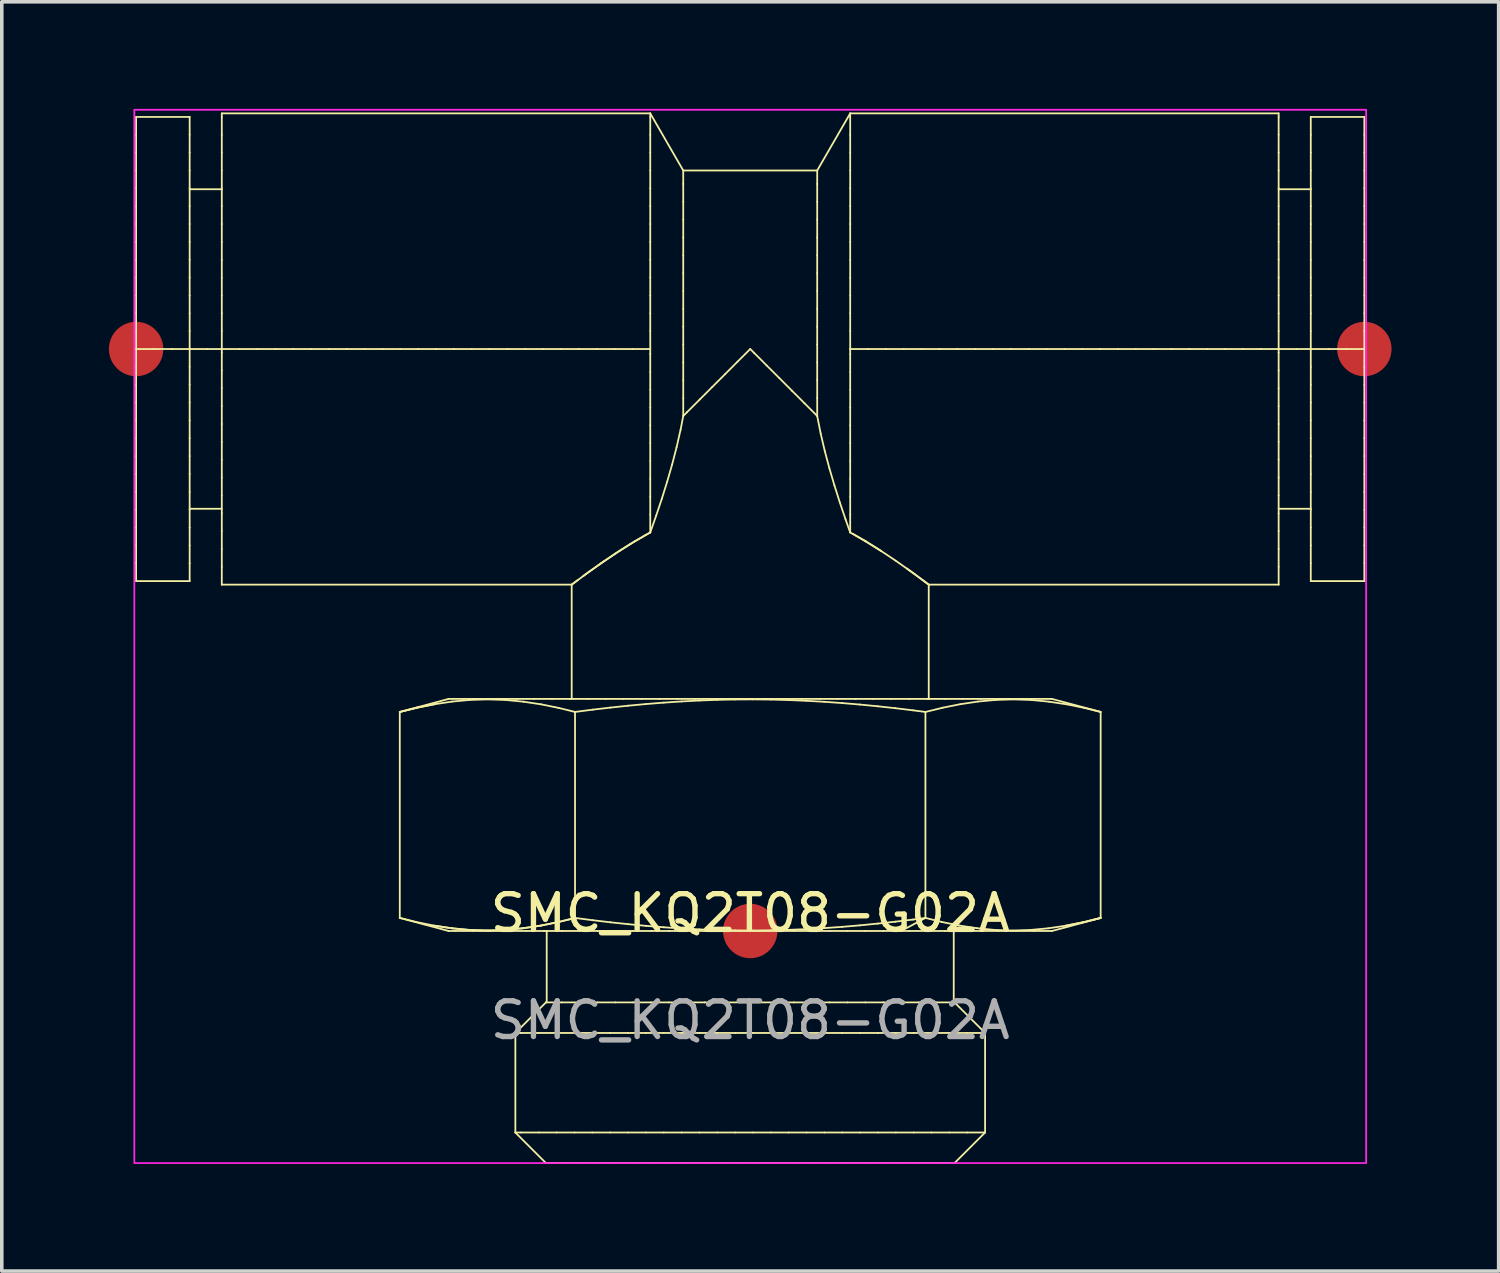
<source format=kicad_pcb>
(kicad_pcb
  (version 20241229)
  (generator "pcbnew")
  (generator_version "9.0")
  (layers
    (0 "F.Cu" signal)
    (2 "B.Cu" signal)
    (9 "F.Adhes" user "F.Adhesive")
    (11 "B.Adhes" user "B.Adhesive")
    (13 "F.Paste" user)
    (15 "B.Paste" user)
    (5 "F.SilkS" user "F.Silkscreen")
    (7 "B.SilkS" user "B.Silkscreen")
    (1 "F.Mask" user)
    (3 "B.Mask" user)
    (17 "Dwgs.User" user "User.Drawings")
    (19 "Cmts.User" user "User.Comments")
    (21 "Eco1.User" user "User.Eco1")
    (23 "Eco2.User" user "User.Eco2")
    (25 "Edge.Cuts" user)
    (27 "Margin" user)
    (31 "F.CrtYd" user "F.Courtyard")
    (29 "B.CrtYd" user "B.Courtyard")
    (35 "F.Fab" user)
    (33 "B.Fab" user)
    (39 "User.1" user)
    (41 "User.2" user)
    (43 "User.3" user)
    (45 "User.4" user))
  (footprint "SMC_KQ2T08-G02A"
    (layer "F.Cu")
    (at 17.962 23.025)
    (property "Reference" "SMC_KQ2T08-G02A" (at 0 -0.5 0) (unlocked yes) (layer "F.SilkS") (effects (font (size 1 1) (thickness 0.15))))
    (fp_line (start -17.2 -22.8) (end -15.7 -22.8) (stroke (width 0.05) (type solid)) (layer "F.SilkS"))
    (fp_line (start -17.2 -22.3) (end -17.2 -22.8) (stroke (width 0.05) (type solid)) (layer "F.SilkS"))
    (fp_line (start -17.2 -21.8) (end -17.2 -22.3) (stroke (width 0.05) (type solid)) (layer "F.SilkS"))
    (fp_line (start -17.2 -21.3) (end -17.2 -21.8) (stroke (width 0.05) (type solid)) (layer "F.SilkS"))
    (fp_line (start -17.2 -20.8) (end -17.2 -21.3) (stroke (width 0.05) (type solid)) (layer "F.SilkS"))
    (fp_line (start -17.2 -20.3) (end -17.2 -20.8) (stroke (width 0.05) (type solid)) (layer "F.SilkS"))
    (fp_line (start -17.2 -19.8) (end -17.2 -20.3) (stroke (width 0.05) (type solid)) (layer "F.SilkS"))
    (fp_line (start -17.2 -19.3) (end -17.2 -19.8) (stroke (width 0.05) (type solid)) (layer "F.SilkS"))
    (fp_line (start -17.2 -18.8) (end -17.2 -19.3) (stroke (width 0.05) (type solid)) (layer "F.SilkS"))
    (fp_line (start -17.2 -18.3) (end -17.2 -18.8) (stroke (width 0.05) (type solid)) (layer "F.SilkS"))
    (fp_line (start -17.2 -17.8) (end -17.2 -18.3) (stroke (width 0.05) (type solid)) (layer "F.SilkS"))
    (fp_line (start -17.2 -17.3) (end -17.2 -17.8) (stroke (width 0.05) (type solid)) (layer "F.SilkS"))
    (fp_line (start -17.2 -16.8) (end -17.2 -17.3) (stroke (width 0.05) (type solid)) (layer "F.SilkS"))
    (fp_line (start -17.2 -16.3) (end -17.2 -16.8) (stroke (width 0.05) (type solid)) (layer "F.SilkS"))
    (fp_line (start -17.2 -16.3) (end -16.7 -16.3) (stroke (width 0.05) (type solid)) (layer "F.SilkS"))
    (fp_line (start -17.2 -15.8) (end -17.2 -16.3) (stroke (width 0.05) (type solid)) (layer "F.SilkS"))
    (fp_line (start -17.2 -15.3) (end -17.2 -15.8) (stroke (width 0.05) (type solid)) (layer "F.SilkS"))
    (fp_line (start -17.2 -14.8) (end -17.2 -15.3) (stroke (width 0.05) (type solid)) (layer "F.SilkS"))
    (fp_line (start -17.2 -14.3) (end -17.2 -14.8) (stroke (width 0.05) (type solid)) (layer "F.SilkS"))
    (fp_line (start -17.2 -13.8) (end -17.2 -14.3) (stroke (width 0.05) (type solid)) (layer "F.SilkS"))
    (fp_line (start -17.2 -13.3) (end -17.2 -13.8) (stroke (width 0.05) (type solid)) (layer "F.SilkS"))
    (fp_line (start -17.2 -12.8) (end -17.2 -13.3) (stroke (width 0.05) (type solid)) (layer "F.SilkS"))
    (fp_line (start -17.2 -12.3) (end -17.2 -12.8) (stroke (width 0.05) (type solid)) (layer "F.SilkS"))
    (fp_line (start -17.2 -11.8) (end -17.2 -12.3) (stroke (width 0.05) (type solid)) (layer "F.SilkS"))
    (fp_line (start -17.2 -11.3) (end -17.2 -11.8) (stroke (width 0.05) (type solid)) (layer "F.SilkS"))
    (fp_line (start -17.2 -10.8) (end -17.2 -11.3) (stroke (width 0.05) (type solid)) (layer "F.SilkS"))
    (fp_line (start -17.2 -10.3) (end -17.2 -10.8) (stroke (width 0.05) (type solid)) (layer "F.SilkS"))
    (fp_line (start -17.2 -9.8) (end -17.2 -10.3) (stroke (width 0.05) (type solid)) (layer "F.SilkS"))
    (fp_line (start -17.2 -9.8) (end -15.7 -9.8) (stroke (width 0.05) (type solid)) (layer "F.SilkS"))
    (fp_line (start -16.7 -16.3) (end -16.2 -16.3) (stroke (width 0.05) (type solid)) (layer "F.SilkS"))
    (fp_line (start -16.2 -16.3) (end -15.7 -16.3) (stroke (width 0.05) (type solid)) (layer "F.SilkS"))
    (fp_line (start -15.7 -22.3) (end -15.7 -22.8) (stroke (width 0.05) (type solid)) (layer "F.SilkS"))
    (fp_line (start -15.7 -21.8) (end -15.7 -22.3) (stroke (width 0.05) (type solid)) (layer "F.SilkS"))
    (fp_line (start -15.7 -21.3) (end -15.7 -21.8) (stroke (width 0.05) (type solid)) (layer "F.SilkS"))
    (fp_line (start -15.7 -20.8) (end -15.7 -21.3) (stroke (width 0.05) (type solid)) (layer "F.SilkS"))
    (fp_line (start -15.7 -20.775) (end -14.8 -20.775) (stroke (width 0.05) (type solid)) (layer "F.SilkS"))
    (fp_line (start -15.7 -20.3) (end -15.7 -20.8) (stroke (width 0.05) (type solid)) (layer "F.SilkS"))
    (fp_line (start -15.7 -19.8) (end -15.7 -20.3) (stroke (width 0.05) (type solid)) (layer "F.SilkS"))
    (fp_line (start -15.7 -19.3) (end -15.7 -19.8) (stroke (width 0.05) (type solid)) (layer "F.SilkS"))
    (fp_line (start -15.7 -18.8) (end -15.7 -19.3) (stroke (width 0.05) (type solid)) (layer "F.SilkS"))
    (fp_line (start -15.7 -18.3) (end -15.7 -18.8) (stroke (width 0.05) (type solid)) (layer "F.SilkS"))
    (fp_line (start -15.7 -17.8) (end -15.7 -18.3) (stroke (width 0.05) (type solid)) (layer "F.SilkS"))
    (fp_line (start -15.7 -17.3) (end -15.7 -17.8) (stroke (width 0.05) (type solid)) (layer "F.SilkS"))
    (fp_line (start -15.7 -16.8) (end -15.7 -17.3) (stroke (width 0.05) (type solid)) (layer "F.SilkS"))
    (fp_line (start -15.7 -16.3) (end -15.7 -16.8) (stroke (width 0.05) (type solid)) (layer "F.SilkS"))
    (fp_line (start -15.7 -16.3) (end -15.2 -16.3) (stroke (width 0.05) (type solid)) (layer "F.SilkS"))
    (fp_line (start -15.7 -15.8) (end -15.7 -16.3) (stroke (width 0.05) (type solid)) (layer "F.SilkS"))
    (fp_line (start -15.7 -15.3) (end -15.7 -15.8) (stroke (width 0.05) (type solid)) (layer "F.SilkS"))
    (fp_line (start -15.7 -14.8) (end -15.7 -15.3) (stroke (width 0.05) (type solid)) (layer "F.SilkS"))
    (fp_line (start -15.7 -14.3) (end -15.7 -14.8) (stroke (width 0.05) (type solid)) (layer "F.SilkS"))
    (fp_line (start -15.7 -13.8) (end -15.7 -14.3) (stroke (width 0.05) (type solid)) (layer "F.SilkS"))
    (fp_line (start -15.7 -13.3) (end -15.7 -13.8) (stroke (width 0.05) (type solid)) (layer "F.SilkS"))
    (fp_line (start -15.7 -12.8) (end -15.7 -13.3) (stroke (width 0.05) (type solid)) (layer "F.SilkS"))
    (fp_line (start -15.7 -12.3) (end -15.7 -12.8) (stroke (width 0.05) (type solid)) (layer "F.SilkS"))
    (fp_line (start -15.7 -11.825) (end -14.8 -11.825) (stroke (width 0.05) (type solid)) (layer "F.SilkS"))
    (fp_line (start -15.7 -11.8) (end -15.7 -12.3) (stroke (width 0.05) (type solid)) (layer "F.SilkS"))
    (fp_line (start -15.7 -11.3) (end -15.7 -11.8) (stroke (width 0.05) (type solid)) (layer "F.SilkS"))
    (fp_line (start -15.7 -10.8) (end -15.7 -11.3) (stroke (width 0.05) (type solid)) (layer "F.SilkS"))
    (fp_line (start -15.7 -10.3) (end -15.7 -10.8) (stroke (width 0.05) (type solid)) (layer "F.SilkS"))
    (fp_line (start -15.7 -9.8) (end -15.7 -10.3) (stroke (width 0.05) (type solid)) (layer "F.SilkS"))
    (fp_line (start -15.2 -16.3) (end -14.8 -16.3) (stroke (width 0.05) (type solid)) (layer "F.SilkS"))
    (fp_line (start -14.8 -22.9) (end -2.8 -22.9) (stroke (width 0.05) (type solid)) (layer "F.SilkS"))
    (fp_line (start -14.8 -22.8) (end -14.8 -22.9) (stroke (width 0.05) (type solid)) (layer "F.SilkS"))
    (fp_line (start -14.8 -22.3) (end -14.8 -22.8) (stroke (width 0.05) (type solid)) (layer "F.SilkS"))
    (fp_line (start -14.8 -21.8) (end -14.8 -22.3) (stroke (width 0.05) (type solid)) (layer "F.SilkS"))
    (fp_line (start -14.8 -21.3) (end -14.8 -21.8) (stroke (width 0.05) (type solid)) (layer "F.SilkS"))
    (fp_line (start -14.8 -20.8) (end -14.8 -21.3) (stroke (width 0.05) (type solid)) (layer "F.SilkS"))
    (fp_line (start -14.8 -20.3) (end -14.8 -20.8) (stroke (width 0.05) (type solid)) (layer "F.SilkS"))
    (fp_line (start -14.8 -19.8) (end -14.8 -20.3) (stroke (width 0.05) (type solid)) (layer "F.SilkS"))
    (fp_line (start -14.8 -19.3) (end -14.8 -19.8) (stroke (width 0.05) (type solid)) (layer "F.SilkS"))
    (fp_line (start -14.8 -18.8) (end -14.8 -19.3) (stroke (width 0.05) (type solid)) (layer "F.SilkS"))
    (fp_line (start -14.8 -18.3) (end -14.8 -18.8) (stroke (width 0.05) (type solid)) (layer "F.SilkS"))
    (fp_line (start -14.8 -17.8) (end -14.8 -18.3) (stroke (width 0.05) (type solid)) (layer "F.SilkS"))
    (fp_line (start -14.8 -17.3) (end -14.8 -17.8) (stroke (width 0.05) (type solid)) (layer "F.SilkS"))
    (fp_line (start -14.8 -16.8) (end -14.8 -17.3) (stroke (width 0.05) (type solid)) (layer "F.SilkS"))
    (fp_line (start -14.8 -16.3) (end -14.8 -16.8) (stroke (width 0.05) (type solid)) (layer "F.SilkS"))
    (fp_line (start -14.8 -16.3) (end -14.3 -16.3) (stroke (width 0.05) (type solid)) (layer "F.SilkS"))
    (fp_line (start -14.8 -16.2) (end -14.8 -16.3) (stroke (width 0.05) (type solid)) (layer "F.SilkS"))
    (fp_line (start -14.8 -15.7) (end -14.8 -16.2) (stroke (width 0.05) (type solid)) (layer "F.SilkS"))
    (fp_line (start -14.8 -15.2) (end -14.8 -15.7) (stroke (width 0.05) (type solid)) (layer "F.SilkS"))
    (fp_line (start -14.8 -14.7) (end -14.8 -15.2) (stroke (width 0.05) (type solid)) (layer "F.SilkS"))
    (fp_line (start -14.8 -14.2) (end -14.8 -14.7) (stroke (width 0.05) (type solid)) (layer "F.SilkS"))
    (fp_line (start -14.8 -13.7) (end -14.8 -14.2) (stroke (width 0.05) (type solid)) (layer "F.SilkS"))
    (fp_line (start -14.8 -13.2) (end -14.8 -13.7) (stroke (width 0.05) (type solid)) (layer "F.SilkS"))
    (fp_line (start -14.8 -12.7) (end -14.8 -13.2) (stroke (width 0.05) (type solid)) (layer "F.SilkS"))
    (fp_line (start -14.8 -12.2) (end -14.8 -12.7) (stroke (width 0.05) (type solid)) (layer "F.SilkS"))
    (fp_line (start -14.8 -11.7) (end -14.8 -12.2) (stroke (width 0.05) (type solid)) (layer "F.SilkS"))
    (fp_line (start -14.8 -11.2) (end -14.8 -11.7) (stroke (width 0.05) (type solid)) (layer "F.SilkS"))
    (fp_line (start -14.8 -10.7) (end -14.8 -11.2) (stroke (width 0.05) (type solid)) (layer "F.SilkS"))
    (fp_line (start -14.8 -10.2) (end -14.8 -10.7) (stroke (width 0.05) (type solid)) (layer "F.SilkS"))
    (fp_line (start -14.8 -9.7) (end -14.8 -10.2) (stroke (width 0.05) (type solid)) (layer "F.SilkS"))
    (fp_line (start -14.8 -9.7) (end -5 -9.7) (stroke (width 0.05) (type solid)) (layer "F.SilkS"))
    (fp_line (start -14.3 -16.3) (end -13.8 -16.3) (stroke (width 0.05) (type solid)) (layer "F.SilkS"))
    (fp_line (start -13.8 -16.3) (end -13.3 -16.3) (stroke (width 0.05) (type solid)) (layer "F.SilkS"))
    (fp_line (start -13.3 -16.3) (end -12.8 -16.3) (stroke (width 0.05) (type solid)) (layer "F.SilkS"))
    (fp_line (start -12.8 -16.3) (end -12.3 -16.3) (stroke (width 0.05) (type solid)) (layer "F.SilkS"))
    (fp_line (start -12.3 -16.3) (end -11.8 -16.3) (stroke (width 0.05) (type solid)) (layer "F.SilkS"))
    (fp_line (start -11.8 -16.3) (end -11.3 -16.3) (stroke (width 0.05) (type solid)) (layer "F.SilkS"))
    (fp_line (start -11.3 -16.3) (end -10.8 -16.3) (stroke (width 0.05) (type solid)) (layer "F.SilkS"))
    (fp_line (start -10.8 -16.3) (end -10.3 -16.3) (stroke (width 0.05) (type solid)) (layer "F.SilkS"))
    (fp_line (start -10.3 -16.3) (end -9.8 -16.3) (stroke (width 0.05) (type solid)) (layer "F.SilkS"))
    (fp_line (start -9.815 -6.135) (end -9.815 -0.366) (stroke (width 0.05) (type solid)) (layer "F.SilkS"))
    (fp_line (start -9.815 -6.135) (end -9.33 -6.254) (stroke (width 0.05) (type solid)) (layer "F.SilkS"))
    (fp_line (start -9.809 -6.136) (end -9.815 -6.135) (stroke (width 0.05) (type solid)) (layer "F.SilkS"))
    (fp_line (start -9.8 -16.3) (end -9.3 -16.3) (stroke (width 0.05) (type solid)) (layer "F.SilkS"))
    (fp_line (start -9.357 -0.252) (end -9.815 -0.366) (stroke (width 0.05) (type solid)) (layer "F.SilkS"))
    (fp_line (start -9.33 -6.254) (end -8.839 -6.352) (stroke (width 0.05) (type solid)) (layer "F.SilkS"))
    (fp_line (start -9.324 -6.256) (end -9.809 -6.136) (stroke (width 0.05) (type solid)) (layer "F.SilkS"))
    (fp_line (start -9.3 -16.3) (end -8.8 -16.3) (stroke (width 0.05) (type solid)) (layer "F.SilkS"))
    (fp_line (start -8.867 -0.153) (end -9.357 -0.252) (stroke (width 0.05) (type solid)) (layer "F.SilkS"))
    (fp_line (start -8.839 -6.352) (end -8.345 -6.426) (stroke (width 0.05) (type solid)) (layer "F.SilkS"))
    (fp_line (start -8.833 -6.353) (end -9.324 -6.256) (stroke (width 0.05) (type solid)) (layer "F.SilkS"))
    (fp_line (start -8.833 -0.147) (end -8.339 -0.074) (stroke (width 0.05) (type solid)) (layer "F.SilkS"))
    (fp_line (start -8.8 -16.3) (end -8.3 -16.3) (stroke (width 0.05) (type solid)) (layer "F.SilkS"))
    (fp_line (start -8.45 -6.5) (end -9.815 -6.135) (stroke (width 0.05) (type solid)) (layer "F.SilkS"))
    (fp_line (start -8.45 0) (end -9.815 -0.366) (stroke (width 0.05) (type solid)) (layer "F.SilkS"))
    (fp_line (start -8.372 -0.078) (end -8.867 -0.153) (stroke (width 0.05) (type solid)) (layer "F.SilkS"))
    (fp_line (start -8.345 -6.426) (end -7.847 -6.472) (stroke (width 0.05) (type solid)) (layer "F.SilkS"))
    (fp_line (start -8.339 -0.074) (end -7.841 -0.028) (stroke (width 0.05) (type solid)) (layer "F.SilkS"))
    (fp_line (start -8.3 -16.3) (end -7.8 -16.3) (stroke (width 0.05) (type solid)) (layer "F.SilkS"))
    (fp_line (start -8.275 0) (end -8.45 0) (stroke (width 0.05) (type solid)) (layer "F.SilkS"))
    (fp_line (start -8.05 -6.5) (end -8.45 -6.5) (stroke (width 0.05) (type solid)) (layer "F.SilkS"))
    (fp_line (start -7.875 -0.03) (end -8.372 -0.078) (stroke (width 0.05) (type solid)) (layer "F.SilkS"))
    (fp_line (start -7.847 -6.472) (end -7.347 -6.487) (stroke (width 0.05) (type solid)) (layer "F.SilkS"))
    (fp_line (start -7.841 -0.028) (end -7.341 -0.013) (stroke (width 0.05) (type solid)) (layer "F.SilkS"))
    (fp_line (start -7.8 -16.3) (end -7.3 -16.3) (stroke (width 0.05) (type solid)) (layer "F.SilkS"))
    (fp_line (start -7.775 0) (end -8.275 0) (stroke (width 0.05) (type solid)) (layer "F.SilkS"))
    (fp_line (start -7.55 -6.5) (end -8.05 -6.5) (stroke (width 0.05) (type solid)) (layer "F.SilkS"))
    (fp_line (start -7.375 -0.013) (end -7.875 -0.03) (stroke (width 0.05) (type solid)) (layer "F.SilkS"))
    (fp_line (start -7.347 -6.487) (end -6.848 -6.47) (stroke (width 0.05) (type solid)) (layer "F.SilkS"))
    (fp_line (start -7.341 -0.013) (end -6.842 -0.031) (stroke (width 0.05) (type solid)) (layer "F.SilkS"))
    (fp_line (start -7.3 -16.3) (end -6.8 -16.3) (stroke (width 0.05) (type solid)) (layer "F.SilkS"))
    (fp_line (start -7.275 0) (end -7.775 0) (stroke (width 0.05) (type solid)) (layer "F.SilkS"))
    (fp_line (start -7.05 -6.5) (end -7.55 -6.5) (stroke (width 0.05) (type solid)) (layer "F.SilkS"))
    (fp_line (start -6.875 -0.029) (end -7.375 -0.013) (stroke (width 0.05) (type solid)) (layer "F.SilkS"))
    (fp_line (start -6.848 -6.47) (end -6.35 -6.422) (stroke (width 0.05) (type solid)) (layer "F.SilkS"))
    (fp_line (start -6.842 -0.031) (end -6.344 -0.079) (stroke (width 0.05) (type solid)) (layer "F.SilkS"))
    (fp_line (start -6.8 -16.3) (end -6.3 -16.3) (stroke (width 0.05) (type solid)) (layer "F.SilkS"))
    (fp_line (start -6.775 0) (end -7.275 0) (stroke (width 0.05) (type solid)) (layer "F.SilkS"))
    (fp_line (start -6.578 5.644) (end -6.578 2.856) (stroke (width 0.05) (type solid)) (layer "F.SilkS"))
    (fp_line (start -6.55 -6.5) (end -7.05 -6.5) (stroke (width 0.05) (type solid)) (layer "F.SilkS"))
    (fp_line (start -6.422 2.856) (end -6.578 2.856) (stroke (width 0.05) (type solid)) (layer "F.SilkS"))
    (fp_line (start -6.422 5.644) (end -6.578 5.644) (stroke (width 0.05) (type solid)) (layer "F.SilkS"))
    (fp_line (start -6.378 -0.075) (end -6.875 -0.029) (stroke (width 0.05) (type solid)) (layer "F.SilkS"))
    (fp_line (start -6.35 -6.422) (end -5.856 -6.348) (stroke (width 0.05) (type solid)) (layer "F.SilkS"))
    (fp_line (start -6.344 -0.079) (end -5.85 -0.154) (stroke (width 0.05) (type solid)) (layer "F.SilkS"))
    (fp_line (start -6.3 -16.3) (end -5.8 -16.3) (stroke (width 0.05) (type solid)) (layer "F.SilkS"))
    (fp_line (start -6.275 0) (end -6.775 0) (stroke (width 0.05) (type solid)) (layer "F.SilkS"))
    (fp_line (start -6.05 -6.5) (end -6.55 -6.5) (stroke (width 0.05) (type solid)) (layer "F.SilkS"))
    (fp_line (start -5.922 2.856) (end -6.422 2.856) (stroke (width 0.05) (type solid)) (layer "F.SilkS"))
    (fp_line (start -5.922 5.644) (end -6.422 5.644) (stroke (width 0.05) (type solid)) (layer "F.SilkS"))
    (fp_line (start -5.883 -0.148) (end -6.378 -0.075) (stroke (width 0.05) (type solid)) (layer "F.SilkS"))
    (fp_line (start -5.856 -6.348) (end -5.366 -6.248) (stroke (width 0.05) (type solid)) (layer "F.SilkS"))
    (fp_line (start -5.85 -0.154) (end -5.36 -0.254) (stroke (width 0.05) (type solid)) (layer "F.SilkS"))
    (fp_line (start -5.8 -16.3) (end -5.3 -16.3) (stroke (width 0.05) (type solid)) (layer "F.SilkS"))
    (fp_line (start -5.775 0) (end -6.275 0) (stroke (width 0.05) (type solid)) (layer "F.SilkS"))
    (fp_line (start -5.722 2) (end -6.579 2.856) (stroke (width 0.05) (type solid)) (layer "F.SilkS"))
    (fp_line (start -5.722 6.5) (end -6.578 5.644) (stroke (width 0.05) (type solid)) (layer "F.SilkS"))
    (fp_line (start -5.7 2) (end -5.7 0) (stroke (width 0.05) (type solid)) (layer "F.SilkS"))
    (fp_line (start -5.55 -6.5) (end -6.05 -6.5) (stroke (width 0.05) (type solid)) (layer "F.SilkS"))
    (fp_line (start -5.422 2.856) (end -5.922 2.856) (stroke (width 0.05) (type solid)) (layer "F.SilkS"))
    (fp_line (start -5.422 5.644) (end -5.922 5.644) (stroke (width 0.05) (type solid)) (layer "F.SilkS"))
    (fp_line (start -5.393 -0.246) (end -5.883 -0.148) (stroke (width 0.05) (type solid)) (layer "F.SilkS"))
    (fp_line (start -5.366 -6.248) (end -4.907 -6.135) (stroke (width 0.05) (type solid)) (layer "F.SilkS"))
    (fp_line (start -5.36 -0.254) (end -4.907 -0.366) (stroke (width 0.05) (type solid)) (layer "F.SilkS"))
    (fp_line (start -5.3 -16.3) (end -4.8 -16.3) (stroke (width 0.05) (type solid)) (layer "F.SilkS"))
    (fp_line (start -5.278 2) (end -5.722 2) (stroke (width 0.05) (type solid)) (layer "F.SilkS"))
    (fp_line (start -5.278 6.5) (end -5.722 6.5) (stroke (width 0.05) (type solid)) (layer "F.SilkS"))
    (fp_line (start -5.275 0) (end -5.775 0) (stroke (width 0.05) (type solid)) (layer "F.SilkS"))
    (fp_line (start -5.05 -6.5) (end -5.55 -6.5) (stroke (width 0.05) (type solid)) (layer "F.SilkS"))
    (fp_line (start -5 -9.7) (end -4.599 -9.999) (stroke (width 0.05) (type solid)) (layer "F.SilkS"))
    (fp_line (start -5 -6.5) (end -5 -9.7) (stroke (width 0.05) (type solid)) (layer "F.SilkS"))
    (fp_line (start -4.922 2.856) (end -5.422 2.856) (stroke (width 0.05) (type solid)) (layer "F.SilkS"))
    (fp_line (start -4.922 5.644) (end -5.422 5.644) (stroke (width 0.05) (type solid)) (layer "F.SilkS"))
    (fp_line (start -4.907 -6.135) (end -4.907 -0.366) (stroke (width 0.05) (type solid)) (layer "F.SilkS"))
    (fp_line (start -4.907 -6.135) (end -4.412 -6.199) (stroke (width 0.05) (type solid)) (layer "F.SilkS"))
    (fp_line (start -4.907 -0.366) (end -5.393 -0.246) (stroke (width 0.05) (type solid)) (layer "F.SilkS"))
    (fp_line (start -4.907 -0.366) (end -4.412 -0.302) (stroke (width 0.05) (type solid)) (layer "F.SilkS"))
    (fp_line (start -4.838 -9.823) (end -5 -9.7) (stroke (width 0.05) (type solid)) (layer "F.SilkS"))
    (fp_line (start -4.8 -16.3) (end -4.3 -16.3) (stroke (width 0.05) (type solid)) (layer "F.SilkS"))
    (fp_line (start -4.778 2) (end -5.278 2) (stroke (width 0.05) (type solid)) (layer "F.SilkS"))
    (fp_line (start -4.778 6.5) (end -5.278 6.5) (stroke (width 0.05) (type solid)) (layer "F.SilkS"))
    (fp_line (start -4.775 0) (end -5.275 0) (stroke (width 0.05) (type solid)) (layer "F.SilkS"))
    (fp_line (start -4.599 -9.999) (end -4.192 -10.289) (stroke (width 0.05) (type solid)) (layer "F.SilkS"))
    (fp_line (start -4.55 -6.5) (end -5.05 -6.5) (stroke (width 0.05) (type solid)) (layer "F.SilkS"))
    (fp_line (start -4.515 -10.06) (end -4.679 -9.94) (stroke (width 0.05) (type solid)) (layer "F.SilkS"))
    (fp_line (start -4.422 2.856) (end -4.922 2.856) (stroke (width 0.05) (type solid)) (layer "F.SilkS"))
    (fp_line (start -4.422 5.644) (end -4.922 5.644) (stroke (width 0.05) (type solid)) (layer "F.SilkS"))
    (fp_line (start -4.412 -6.199) (end -3.915 -6.257) (stroke (width 0.05) (type solid)) (layer "F.SilkS"))
    (fp_line (start -4.412 -0.302) (end -3.915 -0.243) (stroke (width 0.05) (type solid)) (layer "F.SilkS"))
    (fp_line (start -4.3 -16.3) (end -3.8 -16.3) (stroke (width 0.05) (type solid)) (layer "F.SilkS"))
    (fp_line (start -4.278 2) (end -4.778 2) (stroke (width 0.05) (type solid)) (layer "F.SilkS"))
    (fp_line (start -4.278 6.5) (end -4.778 6.5) (stroke (width 0.05) (type solid)) (layer "F.SilkS"))
    (fp_line (start -4.275 0) (end -4.775 0) (stroke (width 0.05) (type solid)) (layer "F.SilkS"))
    (fp_line (start -4.192 -10.289) (end -3.778 -10.57) (stroke (width 0.05) (type solid)) (layer "F.SilkS"))
    (fp_line (start -4.106 -10.349) (end -4.515 -10.06) (stroke (width 0.05) (type solid)) (layer "F.SilkS"))
    (fp_line (start -4.05 -6.5) (end -4.55 -6.5) (stroke (width 0.05) (type solid)) (layer "F.SilkS"))
    (fp_line (start -3.922 2.856) (end -4.422 2.856) (stroke (width 0.05) (type solid)) (layer "F.SilkS"))
    (fp_line (start -3.922 5.644) (end -4.422 5.644) (stroke (width 0.05) (type solid)) (layer "F.SilkS"))
    (fp_line (start -3.915 -6.257) (end -3.418 -6.31) (stroke (width 0.05) (type solid)) (layer "F.SilkS"))
    (fp_line (start -3.915 -0.243) (end -3.418 -0.191) (stroke (width 0.05) (type solid)) (layer "F.SilkS"))
    (fp_line (start -3.8 -16.3) (end -3.3 -16.3) (stroke (width 0.05) (type solid)) (layer "F.SilkS"))
    (fp_line (start -3.778 -10.57) (end -3.357 -10.839) (stroke (width 0.05) (type solid)) (layer "F.SilkS"))
    (fp_line (start -3.778 2) (end -4.278 2) (stroke (width 0.05) (type solid)) (layer "F.SilkS"))
    (fp_line (start -3.778 6.5) (end -4.278 6.5) (stroke (width 0.05) (type solid)) (layer "F.SilkS"))
    (fp_line (start -3.775 0) (end -4.275 0) (stroke (width 0.05) (type solid)) (layer "F.SilkS"))
    (fp_line (start -3.691 -10.627) (end -4.106 -10.349) (stroke (width 0.05) (type solid)) (layer "F.SilkS"))
    (fp_line (start -3.658 -10.649) (end -3.659 -10.648) (stroke (width 0.05) (type solid)) (layer "F.SilkS"))
    (fp_line (start -3.55 -6.5) (end -4.05 -6.5) (stroke (width 0.05) (type solid)) (layer "F.SilkS"))
    (fp_line (start -3.422 2.856) (end -3.922 2.856) (stroke (width 0.05) (type solid)) (layer "F.SilkS"))
    (fp_line (start -3.422 5.644) (end -3.922 5.644) (stroke (width 0.05) (type solid)) (layer "F.SilkS"))
    (fp_line (start -3.418 -6.31) (end -2.92 -6.356) (stroke (width 0.05) (type solid)) (layer "F.SilkS"))
    (fp_line (start -3.418 -0.191) (end -2.92 -0.144) (stroke (width 0.05) (type solid)) (layer "F.SilkS"))
    (fp_line (start -3.357 -10.839) (end -2.926 -11.093) (stroke (width 0.05) (type solid)) (layer "F.SilkS"))
    (fp_line (start -3.3 -16.3) (end -2.8 -16.3) (stroke (width 0.05) (type solid)) (layer "F.SilkS"))
    (fp_line (start -3.278 2) (end -3.778 2) (stroke (width 0.05) (type solid)) (layer "F.SilkS"))
    (fp_line (start -3.278 6.5) (end -3.778 6.5) (stroke (width 0.05) (type solid)) (layer "F.SilkS"))
    (fp_line (start -3.275 0) (end -3.775 0) (stroke (width 0.05) (type solid)) (layer "F.SilkS"))
    (fp_line (start -3.234 -10.914) (end -3.658 -10.649) (stroke (width 0.05) (type solid)) (layer "F.SilkS"))
    (fp_line (start -3.05 -6.5) (end -3.55 -6.5) (stroke (width 0.05) (type solid)) (layer "F.SilkS"))
    (fp_line (start -2.926 -11.093) (end -2.8 -11.162) (stroke (width 0.05) (type solid)) (layer "F.SilkS"))
    (fp_line (start -2.922 2.856) (end -3.422 2.856) (stroke (width 0.05) (type solid)) (layer "F.SilkS"))
    (fp_line (start -2.922 5.644) (end -3.422 5.644) (stroke (width 0.05) (type solid)) (layer "F.SilkS"))
    (fp_line (start -2.92 -6.356) (end -2.422 -6.396) (stroke (width 0.05) (type solid)) (layer "F.SilkS"))
    (fp_line (start -2.92 -0.144) (end -2.422 -0.104) (stroke (width 0.05) (type solid)) (layer "F.SilkS"))
    (fp_line (start -2.8 -22.8) (end -2.8 -22.9) (stroke (width 0.05) (type solid)) (layer "F.SilkS"))
    (fp_line (start -2.8 -22.3) (end -2.8 -22.8) (stroke (width 0.05) (type solid)) (layer "F.SilkS"))
    (fp_line (start -2.8 -21.8) (end -2.8 -22.3) (stroke (width 0.05) (type solid)) (layer "F.SilkS"))
    (fp_line (start -2.8 -21.3) (end -2.8 -21.8) (stroke (width 0.05) (type solid)) (layer "F.SilkS"))
    (fp_line (start -2.8 -20.8) (end -2.8 -21.3) (stroke (width 0.05) (type solid)) (layer "F.SilkS"))
    (fp_line (start -2.8 -20.3) (end -2.8 -20.8) (stroke (width 0.05) (type solid)) (layer "F.SilkS"))
    (fp_line (start -2.8 -19.8) (end -2.8 -20.3) (stroke (width 0.05) (type solid)) (layer "F.SilkS"))
    (fp_line (start -2.8 -19.3) (end -2.8 -19.8) (stroke (width 0.05) (type solid)) (layer "F.SilkS"))
    (fp_line (start -2.8 -18.8) (end -2.8 -19.3) (stroke (width 0.05) (type solid)) (layer "F.SilkS"))
    (fp_line (start -2.8 -18.3) (end -2.8 -18.8) (stroke (width 0.05) (type solid)) (layer "F.SilkS"))
    (fp_line (start -2.8 -17.8) (end -2.8 -18.3) (stroke (width 0.05) (type solid)) (layer "F.SilkS"))
    (fp_line (start -2.8 -17.3) (end -2.8 -17.8) (stroke (width 0.05) (type solid)) (layer "F.SilkS"))
    (fp_line (start -2.8 -16.8) (end -2.8 -17.3) (stroke (width 0.05) (type solid)) (layer "F.SilkS"))
    (fp_line (start -2.8 -16.3) (end -2.8 -16.8) (stroke (width 0.05) (type solid)) (layer "F.SilkS"))
    (fp_line (start -2.8 -16.162) (end -2.8 -16.3) (stroke (width 0.05) (type solid)) (layer "F.SilkS"))
    (fp_line (start -2.8 -15.662) (end -2.8 -16.162) (stroke (width 0.05) (type solid)) (layer "F.SilkS"))
    (fp_line (start -2.8 -15.162) (end -2.8 -15.662) (stroke (width 0.05) (type solid)) (layer "F.SilkS"))
    (fp_line (start -2.8 -14.662) (end -2.8 -15.162) (stroke (width 0.05) (type solid)) (layer "F.SilkS"))
    (fp_line (start -2.8 -14.162) (end -2.8 -14.662) (stroke (width 0.05) (type solid)) (layer "F.SilkS"))
    (fp_line (start -2.8 -13.662) (end -2.8 -14.162) (stroke (width 0.05) (type solid)) (layer "F.SilkS"))
    (fp_line (start -2.8 -13.162) (end -2.8 -13.662) (stroke (width 0.05) (type solid)) (layer "F.SilkS"))
    (fp_line (start -2.8 -12.662) (end -2.8 -13.162) (stroke (width 0.05) (type solid)) (layer "F.SilkS"))
    (fp_line (start -2.8 -12.162) (end -2.8 -12.662) (stroke (width 0.05) (type solid)) (layer "F.SilkS"))
    (fp_line (start -2.8 -11.662) (end -2.8 -12.162) (stroke (width 0.05) (type solid)) (layer "F.SilkS"))
    (fp_line (start -2.8 -11.162) (end -3.234 -10.914) (stroke (width 0.05) (type solid)) (layer "F.SilkS"))
    (fp_line (start -2.8 -11.162) (end -2.8 -11.662) (stroke (width 0.05) (type solid)) (layer "F.SilkS"))
    (fp_line (start -2.8 -11.162) (end -2.634 -11.634) (stroke (width 0.05) (type solid)) (layer "F.SilkS"))
    (fp_line (start -2.778 2) (end -3.278 2) (stroke (width 0.05) (type solid)) (layer "F.SilkS"))
    (fp_line (start -2.778 6.5) (end -3.278 6.5) (stroke (width 0.05) (type solid)) (layer "F.SilkS"))
    (fp_line (start -2.775 0) (end -3.275 0) (stroke (width 0.05) (type solid)) (layer "F.SilkS"))
    (fp_line (start -2.634 -11.634) (end -2.475 -12.108) (stroke (width 0.05) (type solid)) (layer "F.SilkS"))
    (fp_line (start -2.55 -6.5) (end -3.05 -6.5) (stroke (width 0.05) (type solid)) (layer "F.SilkS"))
    (fp_line (start -2.475 -12.108) (end -2.326 -12.585) (stroke (width 0.05) (type solid)) (layer "F.SilkS"))
    (fp_line (start -2.422 -6.396) (end -1.923 -6.429) (stroke (width 0.05) (type solid)) (layer "F.SilkS"))
    (fp_line (start -2.422 -0.104) (end -1.923 -0.071) (stroke (width 0.05) (type solid)) (layer "F.SilkS"))
    (fp_line (start -2.422 2.856) (end -2.922 2.856) (stroke (width 0.05) (type solid)) (layer "F.SilkS"))
    (fp_line (start -2.422 5.644) (end -2.922 5.644) (stroke (width 0.05) (type solid)) (layer "F.SilkS"))
    (fp_line (start -2.326 -12.585) (end -2.187 -13.066) (stroke (width 0.05) (type solid)) (layer "F.SilkS"))
    (fp_line (start -2.278 2) (end -2.778 2) (stroke (width 0.05) (type solid)) (layer "F.SilkS"))
    (fp_line (start -2.278 6.5) (end -2.778 6.5) (stroke (width 0.05) (type solid)) (layer "F.SilkS"))
    (fp_line (start -2.275 0) (end -2.775 0) (stroke (width 0.05) (type solid)) (layer "F.SilkS"))
    (fp_line (start -2.187 -13.066) (end -2.062 -13.55) (stroke (width 0.05) (type solid)) (layer "F.SilkS"))
    (fp_line (start -2.062 -13.55) (end -1.951 -14.037) (stroke (width 0.05) (type solid)) (layer "F.SilkS"))
    (fp_line (start -2.05 -6.5) (end -2.55 -6.5) (stroke (width 0.05) (type solid)) (layer "F.SilkS"))
    (fp_line (start -1.951 -14.037) (end -1.876 -14.424) (stroke (width 0.05) (type solid)) (layer "F.SilkS"))
    (fp_line (start -1.923 -6.429) (end -1.423 -6.455) (stroke (width 0.05) (type solid)) (layer "F.SilkS"))
    (fp_line (start -1.923 -0.071) (end -1.423 -0.045) (stroke (width 0.05) (type solid)) (layer "F.SilkS"))
    (fp_line (start -1.922 2.856) (end -2.422 2.856) (stroke (width 0.05) (type solid)) (layer "F.SilkS"))
    (fp_line (start -1.922 5.644) (end -2.422 5.644) (stroke (width 0.05) (type solid)) (layer "F.SilkS"))
    (fp_line (start -1.876 -21.3) (end -2.8 -22.9) (stroke (width 0.05) (type solid)) (layer "F.SilkS"))
    (fp_line (start -1.876 -21.3) (end 1.876 -21.3) (stroke (width 0.05) (type solid)) (layer "F.SilkS"))
    (fp_line (start -1.876 -20.924) (end -1.876 -21.3) (stroke (width 0.05) (type solid)) (layer "F.SilkS"))
    (fp_line (start -1.876 -20.424) (end -1.876 -20.924) (stroke (width 0.05) (type solid)) (layer "F.SilkS"))
    (fp_line (start -1.876 -19.924) (end -1.876 -20.424) (stroke (width 0.05) (type solid)) (layer "F.SilkS"))
    (fp_line (start -1.876 -19.424) (end -1.876 -19.924) (stroke (width 0.05) (type solid)) (layer "F.SilkS"))
    (fp_line (start -1.876 -18.924) (end -1.876 -19.424) (stroke (width 0.05) (type solid)) (layer "F.SilkS"))
    (fp_line (start -1.876 -18.424) (end -1.876 -18.924) (stroke (width 0.05) (type solid)) (layer "F.SilkS"))
    (fp_line (start -1.876 -17.924) (end -1.876 -18.424) (stroke (width 0.05) (type solid)) (layer "F.SilkS"))
    (fp_line (start -1.876 -17.424) (end -1.876 -17.924) (stroke (width 0.05) (type solid)) (layer "F.SilkS"))
    (fp_line (start -1.876 -16.924) (end -1.876 -17.424) (stroke (width 0.05) (type solid)) (layer "F.SilkS"))
    (fp_line (start -1.876 -16.424) (end -1.876 -16.924) (stroke (width 0.05) (type solid)) (layer "F.SilkS"))
    (fp_line (start -1.876 -15.924) (end -1.876 -16.424) (stroke (width 0.05) (type solid)) (layer "F.SilkS"))
    (fp_line (start -1.876 -15.424) (end -1.876 -15.924) (stroke (width 0.05) (type solid)) (layer "F.SilkS"))
    (fp_line (start -1.876 -14.924) (end -1.876 -15.424) (stroke (width 0.05) (type solid)) (layer "F.SilkS"))
    (fp_line (start -1.876 -14.424) (end -1.876 -14.924) (stroke (width 0.05) (type solid)) (layer "F.SilkS"))
    (fp_line (start -1.778 2) (end -2.278 2) (stroke (width 0.05) (type solid)) (layer "F.SilkS"))
    (fp_line (start -1.778 6.5) (end -2.278 6.5) (stroke (width 0.05) (type solid)) (layer "F.SilkS"))
    (fp_line (start -1.775 0) (end -2.275 0) (stroke (width 0.05) (type solid)) (layer "F.SilkS"))
    (fp_line (start -1.768 -14.533) (end -1.876 -14.424) (stroke (width 0.05) (type solid)) (layer "F.SilkS"))
    (fp_line (start -1.55 -6.5) (end -2.05 -6.5) (stroke (width 0.05) (type solid)) (layer "F.SilkS"))
    (fp_line (start -1.423 -6.455) (end -0.924 -6.474) (stroke (width 0.05) (type solid)) (layer "F.SilkS"))
    (fp_line (start -1.423 -0.045) (end -0.924 -0.027) (stroke (width 0.05) (type solid)) (layer "F.SilkS"))
    (fp_line (start -1.422 2.856) (end -1.922 2.856) (stroke (width 0.05) (type solid)) (layer "F.SilkS"))
    (fp_line (start -1.422 5.644) (end -1.922 5.644) (stroke (width 0.05) (type solid)) (layer "F.SilkS"))
    (fp_line (start -1.414 -14.886) (end -1.768 -14.533) (stroke (width 0.05) (type solid)) (layer "F.SilkS"))
    (fp_line (start -1.278 2) (end -1.778 2) (stroke (width 0.05) (type solid)) (layer "F.SilkS"))
    (fp_line (start -1.278 6.5) (end -1.778 6.5) (stroke (width 0.05) (type solid)) (layer "F.SilkS"))
    (fp_line (start -1.275 0) (end -1.775 0) (stroke (width 0.05) (type solid)) (layer "F.SilkS"))
    (fp_line (start -1.061 -15.24) (end -1.414 -14.886) (stroke (width 0.05) (type solid)) (layer "F.SilkS"))
    (fp_line (start -1.05 -6.5) (end -1.55 -6.5) (stroke (width 0.05) (type solid)) (layer "F.SilkS"))
    (fp_line (start -0.924 -6.474) (end -0.424 -6.484) (stroke (width 0.05) (type solid)) (layer "F.SilkS"))
    (fp_line (start -0.924 -0.027) (end -0.424 -0.016) (stroke (width 0.05) (type solid)) (layer "F.SilkS"))
    (fp_line (start -0.922 2.856) (end -1.422 2.856) (stroke (width 0.05) (type solid)) (layer "F.SilkS"))
    (fp_line (start -0.922 5.644) (end -1.422 5.644) (stroke (width 0.05) (type solid)) (layer "F.SilkS"))
    (fp_line (start -0.778 2) (end -1.278 2) (stroke (width 0.05) (type solid)) (layer "F.SilkS"))
    (fp_line (start -0.778 6.5) (end -1.278 6.5) (stroke (width 0.05) (type solid)) (layer "F.SilkS"))
    (fp_line (start -0.775 0) (end -1.275 0) (stroke (width 0.05) (type solid)) (layer "F.SilkS"))
    (fp_line (start -0.707 -15.593) (end -1.061 -15.24) (stroke (width 0.05) (type solid)) (layer "F.SilkS"))
    (fp_line (start -0.55 -6.5) (end -1.05 -6.5) (stroke (width 0.05) (type solid)) (layer "F.SilkS"))
    (fp_line (start -0.424 -6.484) (end 0.076 -6.487) (stroke (width 0.05) (type solid)) (layer "F.SilkS"))
    (fp_line (start -0.424 -0.016) (end 0.076 -0.013) (stroke (width 0.05) (type solid)) (layer "F.SilkS"))
    (fp_line (start -0.422 2.856) (end -0.922 2.856) (stroke (width 0.05) (type solid)) (layer "F.SilkS"))
    (fp_line (start -0.422 5.644) (end -0.922 5.644) (stroke (width 0.05) (type solid)) (layer "F.SilkS"))
    (fp_line (start -0.354 -15.947) (end -0.707 -15.593) (stroke (width 0.05) (type solid)) (layer "F.SilkS"))
    (fp_line (start -0.278 2) (end -0.778 2) (stroke (width 0.05) (type solid)) (layer "F.SilkS"))
    (fp_line (start -0.278 6.5) (end -0.778 6.5) (stroke (width 0.05) (type solid)) (layer "F.SilkS"))
    (fp_line (start -0.275 0) (end -0.775 0) (stroke (width 0.05) (type solid)) (layer "F.SilkS"))
    (fp_line (start -0.05 -6.5) (end -0.55 -6.5) (stroke (width 0.05) (type solid)) (layer "F.SilkS"))
    (fp_line (start 0 -16.3) (end -0.354 -15.947) (stroke (width 0.05) (type solid)) (layer "F.SilkS"))
    (fp_line (start 0.076 -6.487) (end 0.576 -6.482) (stroke (width 0.05) (type solid)) (layer "F.SilkS"))
    (fp_line (start 0.076 -0.013) (end 0.576 -0.019) (stroke (width 0.05) (type solid)) (layer "F.SilkS"))
    (fp_line (start 0.078 2.856) (end -0.422 2.856) (stroke (width 0.05) (type solid)) (layer "F.SilkS"))
    (fp_line (start 0.078 5.644) (end -0.422 5.644) (stroke (width 0.05) (type solid)) (layer "F.SilkS"))
    (fp_line (start 0.108 -16.192) (end 0 -16.3) (stroke (width 0.05) (type solid)) (layer "F.SilkS"))
    (fp_line (start 0.222 2) (end -0.278 2) (stroke (width 0.05) (type solid)) (layer "F.SilkS"))
    (fp_line (start 0.222 6.5) (end -0.278 6.5) (stroke (width 0.05) (type solid)) (layer "F.SilkS"))
    (fp_line (start 0.225 0) (end -0.275 0) (stroke (width 0.05) (type solid)) (layer "F.SilkS"))
    (fp_line (start 0.45 -6.5) (end -0.05 -6.5) (stroke (width 0.05) (type solid)) (layer "F.SilkS"))
    (fp_line (start 0.462 -15.838) (end 0.108 -16.192) (stroke (width 0.05) (type solid)) (layer "F.SilkS"))
    (fp_line (start 0.576 -6.482) (end 1.076 -6.468) (stroke (width 0.05) (type solid)) (layer "F.SilkS"))
    (fp_line (start 0.576 -0.019) (end 1.076 -0.032) (stroke (width 0.05) (type solid)) (layer "F.SilkS"))
    (fp_line (start 0.578 2.856) (end 0.078 2.856) (stroke (width 0.05) (type solid)) (layer "F.SilkS"))
    (fp_line (start 0.578 5.644) (end 0.078 5.644) (stroke (width 0.05) (type solid)) (layer "F.SilkS"))
    (fp_line (start 0.722 2) (end 0.222 2) (stroke (width 0.05) (type solid)) (layer "F.SilkS"))
    (fp_line (start 0.722 6.5) (end 0.222 6.5) (stroke (width 0.05) (type solid)) (layer "F.SilkS"))
    (fp_line (start 0.725 0) (end 0.225 0) (stroke (width 0.05) (type solid)) (layer "F.SilkS"))
    (fp_line (start 0.816 -15.485) (end 0.462 -15.838) (stroke (width 0.05) (type solid)) (layer "F.SilkS"))
    (fp_line (start 0.95 -6.5) (end 0.45 -6.5) (stroke (width 0.05) (type solid)) (layer "F.SilkS"))
    (fp_line (start 1.076 -6.468) (end 1.576 -6.447) (stroke (width 0.05) (type solid)) (layer "F.SilkS"))
    (fp_line (start 1.076 -0.032) (end 1.576 -0.053) (stroke (width 0.05) (type solid)) (layer "F.SilkS"))
    (fp_line (start 1.078 2.856) (end 0.578 2.856) (stroke (width 0.05) (type solid)) (layer "F.SilkS"))
    (fp_line (start 1.078 5.644) (end 0.578 5.644) (stroke (width 0.05) (type solid)) (layer "F.SilkS"))
    (fp_line (start 1.169 -15.131) (end 0.816 -15.485) (stroke (width 0.05) (type solid)) (layer "F.SilkS"))
    (fp_line (start 1.222 2) (end 0.722 2) (stroke (width 0.05) (type solid)) (layer "F.SilkS"))
    (fp_line (start 1.222 6.5) (end 0.722 6.5) (stroke (width 0.05) (type solid)) (layer "F.SilkS"))
    (fp_line (start 1.225 0) (end 0.725 0) (stroke (width 0.05) (type solid)) (layer "F.SilkS"))
    (fp_line (start 1.45 -6.5) (end 0.95 -6.5) (stroke (width 0.05) (type solid)) (layer "F.SilkS"))
    (fp_line (start 1.523 -14.778) (end 1.169 -15.131) (stroke (width 0.05) (type solid)) (layer "F.SilkS"))
    (fp_line (start 1.576 -6.447) (end 2.075 -6.419) (stroke (width 0.05) (type solid)) (layer "F.SilkS"))
    (fp_line (start 1.576 -0.053) (end 2.075 -0.081) (stroke (width 0.05) (type solid)) (layer "F.SilkS"))
    (fp_line (start 1.578 2.856) (end 1.078 2.856) (stroke (width 0.05) (type solid)) (layer "F.SilkS"))
    (fp_line (start 1.578 5.644) (end 1.078 5.644) (stroke (width 0.05) (type solid)) (layer "F.SilkS"))
    (fp_line (start 1.722 2) (end 1.222 2) (stroke (width 0.05) (type solid)) (layer "F.SilkS"))
    (fp_line (start 1.722 6.5) (end 1.222 6.5) (stroke (width 0.05) (type solid)) (layer "F.SilkS"))
    (fp_line (start 1.725 0) (end 1.225 0) (stroke (width 0.05) (type solid)) (layer "F.SilkS"))
    (fp_line (start 1.876 -21.3) (end 2.8 -22.9) (stroke (width 0.05) (type solid)) (layer "F.SilkS"))
    (fp_line (start 1.876 -20.924) (end 1.876 -21.3) (stroke (width 0.05) (type solid)) (layer "F.SilkS"))
    (fp_line (start 1.876 -20.424) (end 1.876 -20.924) (stroke (width 0.05) (type solid)) (layer "F.SilkS"))
    (fp_line (start 1.876 -19.924) (end 1.876 -20.424) (stroke (width 0.05) (type solid)) (layer "F.SilkS"))
    (fp_line (start 1.876 -19.424) (end 1.876 -19.924) (stroke (width 0.05) (type solid)) (layer "F.SilkS"))
    (fp_line (start 1.876 -18.924) (end 1.876 -19.424) (stroke (width 0.05) (type solid)) (layer "F.SilkS"))
    (fp_line (start 1.876 -18.424) (end 1.876 -18.924) (stroke (width 0.05) (type solid)) (layer "F.SilkS"))
    (fp_line (start 1.876 -17.924) (end 1.876 -18.424) (stroke (width 0.05) (type solid)) (layer "F.SilkS"))
    (fp_line (start 1.876 -17.424) (end 1.876 -17.924) (stroke (width 0.05) (type solid)) (layer "F.SilkS"))
    (fp_line (start 1.876 -16.924) (end 1.876 -17.424) (stroke (width 0.05) (type solid)) (layer "F.SilkS"))
    (fp_line (start 1.876 -16.424) (end 1.876 -16.924) (stroke (width 0.05) (type solid)) (layer "F.SilkS"))
    (fp_line (start 1.876 -15.924) (end 1.876 -16.424) (stroke (width 0.05) (type solid)) (layer "F.SilkS"))
    (fp_line (start 1.876 -15.424) (end 1.876 -15.924) (stroke (width 0.05) (type solid)) (layer "F.SilkS"))
    (fp_line (start 1.876 -14.924) (end 1.876 -15.424) (stroke (width 0.05) (type solid)) (layer "F.SilkS"))
    (fp_line (start 1.876 -14.424) (end 1.523 -14.778) (stroke (width 0.05) (type solid)) (layer "F.SilkS"))
    (fp_line (start 1.876 -14.424) (end 1.876 -14.924) (stroke (width 0.05) (type solid)) (layer "F.SilkS"))
    (fp_line (start 1.876 -14.424) (end 1.973 -13.934) (stroke (width 0.05) (type solid)) (layer "F.SilkS"))
    (fp_line (start 1.95 -6.5) (end 1.45 -6.5) (stroke (width 0.05) (type solid)) (layer "F.SilkS"))
    (fp_line (start 1.973 -13.934) (end 2.087 -13.447) (stroke (width 0.05) (type solid)) (layer "F.SilkS"))
    (fp_line (start 2.075 -6.419) (end 2.573 -6.384) (stroke (width 0.05) (type solid)) (layer "F.SilkS"))
    (fp_line (start 2.075 -0.081) (end 2.573 -0.116) (stroke (width 0.05) (type solid)) (layer "F.SilkS"))
    (fp_line (start 2.078 2.856) (end 1.578 2.856) (stroke (width 0.05) (type solid)) (layer "F.SilkS"))
    (fp_line (start 2.078 5.644) (end 1.578 5.644) (stroke (width 0.05) (type solid)) (layer "F.SilkS"))
    (fp_line (start 2.087 -13.447) (end 2.216 -12.964) (stroke (width 0.05) (type solid)) (layer "F.SilkS"))
    (fp_line (start 2.216 -12.964) (end 2.357 -12.484) (stroke (width 0.05) (type solid)) (layer "F.SilkS"))
    (fp_line (start 2.222 2) (end 1.722 2) (stroke (width 0.05) (type solid)) (layer "F.SilkS"))
    (fp_line (start 2.222 6.5) (end 1.722 6.5) (stroke (width 0.05) (type solid)) (layer "F.SilkS"))
    (fp_line (start 2.225 0) (end 1.725 0) (stroke (width 0.05) (type solid)) (layer "F.SilkS"))
    (fp_line (start 2.357 -12.484) (end 2.508 -12.007) (stroke (width 0.05) (type solid)) (layer "F.SilkS"))
    (fp_line (start 2.45 -6.5) (end 1.95 -6.5) (stroke (width 0.05) (type solid)) (layer "F.SilkS"))
    (fp_line (start 2.508 -12.007) (end 2.668 -11.534) (stroke (width 0.05) (type solid)) (layer "F.SilkS"))
    (fp_line (start 2.573 -6.384) (end 3.072 -6.342) (stroke (width 0.05) (type solid)) (layer "F.SilkS"))
    (fp_line (start 2.573 -0.116) (end 3.072 -0.158) (stroke (width 0.05) (type solid)) (layer "F.SilkS"))
    (fp_line (start 2.578 2.856) (end 2.078 2.856) (stroke (width 0.05) (type solid)) (layer "F.SilkS"))
    (fp_line (start 2.578 5.644) (end 2.078 5.644) (stroke (width 0.05) (type solid)) (layer "F.SilkS"))
    (fp_line (start 2.668 -11.534) (end 2.8 -11.162) (stroke (width 0.05) (type solid)) (layer "F.SilkS"))
    (fp_line (start 2.722 2) (end 2.222 2) (stroke (width 0.05) (type solid)) (layer "F.SilkS"))
    (fp_line (start 2.722 6.5) (end 2.222 6.5) (stroke (width 0.05) (type solid)) (layer "F.SilkS"))
    (fp_line (start 2.725 0) (end 2.225 0) (stroke (width 0.05) (type solid)) (layer "F.SilkS"))
    (fp_line (start 2.8 -22.9) (end 14.8 -22.9) (stroke (width 0.05) (type solid)) (layer "F.SilkS"))
    (fp_line (start 2.8 -22.8) (end 2.8 -22.9) (stroke (width 0.05) (type solid)) (layer "F.SilkS"))
    (fp_line (start 2.8 -22.3) (end 2.8 -22.8) (stroke (width 0.05) (type solid)) (layer "F.SilkS"))
    (fp_line (start 2.8 -21.8) (end 2.8 -22.3) (stroke (width 0.05) (type solid)) (layer "F.SilkS"))
    (fp_line (start 2.8 -21.3) (end 2.8 -21.8) (stroke (width 0.05) (type solid)) (layer "F.SilkS"))
    (fp_line (start 2.8 -20.8) (end 2.8 -21.3) (stroke (width 0.05) (type solid)) (layer "F.SilkS"))
    (fp_line (start 2.8 -20.3) (end 2.8 -20.8) (stroke (width 0.05) (type solid)) (layer "F.SilkS"))
    (fp_line (start 2.8 -19.8) (end 2.8 -20.3) (stroke (width 0.05) (type solid)) (layer "F.SilkS"))
    (fp_line (start 2.8 -19.3) (end 2.8 -19.8) (stroke (width 0.05) (type solid)) (layer "F.SilkS"))
    (fp_line (start 2.8 -18.8) (end 2.8 -19.3) (stroke (width 0.05) (type solid)) (layer "F.SilkS"))
    (fp_line (start 2.8 -18.3) (end 2.8 -18.8) (stroke (width 0.05) (type solid)) (layer "F.SilkS"))
    (fp_line (start 2.8 -17.8) (end 2.8 -18.3) (stroke (width 0.05) (type solid)) (layer "F.SilkS"))
    (fp_line (start 2.8 -17.3) (end 2.8 -17.8) (stroke (width 0.05) (type solid)) (layer "F.SilkS"))
    (fp_line (start 2.8 -16.8) (end 2.8 -17.3) (stroke (width 0.05) (type solid)) (layer "F.SilkS"))
    (fp_line (start 2.8 -16.3) (end 2.8 -16.8) (stroke (width 0.05) (type solid)) (layer "F.SilkS"))
    (fp_line (start 2.8 -16.3) (end 3.3 -16.3) (stroke (width 0.05) (type solid)) (layer "F.SilkS"))
    (fp_line (start 2.8 -16.162) (end 2.8 -16.3) (stroke (width 0.05) (type solid)) (layer "F.SilkS"))
    (fp_line (start 2.8 -15.662) (end 2.8 -16.162) (stroke (width 0.05) (type solid)) (layer "F.SilkS"))
    (fp_line (start 2.8 -15.162) (end 2.8 -15.662) (stroke (width 0.05) (type solid)) (layer "F.SilkS"))
    (fp_line (start 2.8 -14.662) (end 2.8 -15.162) (stroke (width 0.05) (type solid)) (layer "F.SilkS"))
    (fp_line (start 2.8 -14.162) (end 2.8 -14.662) (stroke (width 0.05) (type solid)) (layer "F.SilkS"))
    (fp_line (start 2.8 -13.662) (end 2.8 -14.162) (stroke (width 0.05) (type solid)) (layer "F.SilkS"))
    (fp_line (start 2.8 -13.162) (end 2.8 -13.662) (stroke (width 0.05) (type solid)) (layer "F.SilkS"))
    (fp_line (start 2.8 -12.662) (end 2.8 -13.162) (stroke (width 0.05) (type solid)) (layer "F.SilkS"))
    (fp_line (start 2.8 -12.162) (end 2.8 -12.662) (stroke (width 0.05) (type solid)) (layer "F.SilkS"))
    (fp_line (start 2.8 -11.662) (end 2.8 -12.162) (stroke (width 0.05) (type solid)) (layer "F.SilkS"))
    (fp_line (start 2.8 -11.162) (end 2.8 -11.662) (stroke (width 0.05) (type solid)) (layer "F.SilkS"))
    (fp_line (start 2.8 -11.162) (end 3.234 -10.914) (stroke (width 0.05) (type solid)) (layer "F.SilkS"))
    (fp_line (start 2.95 -6.5) (end 2.45 -6.5) (stroke (width 0.05) (type solid)) (layer "F.SilkS"))
    (fp_line (start 3.072 -6.342) (end 3.569 -6.294) (stroke (width 0.05) (type solid)) (layer "F.SilkS"))
    (fp_line (start 3.072 -0.158) (end 3.569 -0.207) (stroke (width 0.05) (type solid)) (layer "F.SilkS"))
    (fp_line (start 3.078 2.856) (end 2.578 2.856) (stroke (width 0.05) (type solid)) (layer "F.SilkS"))
    (fp_line (start 3.078 5.644) (end 2.578 5.644) (stroke (width 0.05) (type solid)) (layer "F.SilkS"))
    (fp_line (start 3.222 2) (end 2.722 2) (stroke (width 0.05) (type solid)) (layer "F.SilkS"))
    (fp_line (start 3.222 6.5) (end 2.722 6.5) (stroke (width 0.05) (type solid)) (layer "F.SilkS"))
    (fp_line (start 3.225 0) (end 2.725 0) (stroke (width 0.05) (type solid)) (layer "F.SilkS"))
    (fp_line (start 3.231 -10.915) (end 2.867 -11.126) (stroke (width 0.05) (type solid)) (layer "F.SilkS"))
    (fp_line (start 3.234 -10.914) (end 3.658 -10.649) (stroke (width 0.05) (type solid)) (layer "F.SilkS"))
    (fp_line (start 3.3 -16.3) (end 3.8 -16.3) (stroke (width 0.05) (type solid)) (layer "F.SilkS"))
    (fp_line (start 3.45 -6.5) (end 2.95 -6.5) (stroke (width 0.05) (type solid)) (layer "F.SilkS"))
    (fp_line (start 3.569 -6.294) (end 4.066 -6.24) (stroke (width 0.05) (type solid)) (layer "F.SilkS"))
    (fp_line (start 3.569 -0.207) (end 4.066 -0.261) (stroke (width 0.05) (type solid)) (layer "F.SilkS"))
    (fp_line (start 3.578 2.856) (end 3.078 2.856) (stroke (width 0.05) (type solid)) (layer "F.SilkS"))
    (fp_line (start 3.578 5.644) (end 3.078 5.644) (stroke (width 0.05) (type solid)) (layer "F.SilkS"))
    (fp_line (start 3.655 -10.65) (end 3.231 -10.915) (stroke (width 0.05) (type solid)) (layer "F.SilkS"))
    (fp_line (start 3.658 -10.649) (end 4.074 -10.371) (stroke (width 0.05) (type solid)) (layer "F.SilkS"))
    (fp_line (start 3.722 2) (end 3.222 2) (stroke (width 0.05) (type solid)) (layer "F.SilkS"))
    (fp_line (start 3.722 6.5) (end 3.222 6.5) (stroke (width 0.05) (type solid)) (layer "F.SilkS"))
    (fp_line (start 3.725 0) (end 3.225 0) (stroke (width 0.05) (type solid)) (layer "F.SilkS"))
    (fp_line (start 3.8 -16.3) (end 4.3 -16.3) (stroke (width 0.05) (type solid)) (layer "F.SilkS"))
    (fp_line (start 3.95 -6.5) (end 3.45 -6.5) (stroke (width 0.05) (type solid)) (layer "F.SilkS"))
    (fp_line (start 4.066 -6.24) (end 4.563 -6.18) (stroke (width 0.05) (type solid)) (layer "F.SilkS"))
    (fp_line (start 4.066 -0.261) (end 4.563 -0.321) (stroke (width 0.05) (type solid)) (layer "F.SilkS"))
    (fp_line (start 4.074 -10.371) (end 4.482 -10.083) (stroke (width 0.05) (type solid)) (layer "F.SilkS"))
    (fp_line (start 4.078 2.856) (end 3.578 2.856) (stroke (width 0.05) (type solid)) (layer "F.SilkS"))
    (fp_line (start 4.078 5.644) (end 3.578 5.644) (stroke (width 0.05) (type solid)) (layer "F.SilkS"))
    (fp_line (start 4.222 2) (end 3.722 2) (stroke (width 0.05) (type solid)) (layer "F.SilkS"))
    (fp_line (start 4.222 6.5) (end 3.722 6.5) (stroke (width 0.05) (type solid)) (layer "F.SilkS"))
    (fp_line (start 4.225 0) (end 3.725 0) (stroke (width 0.05) (type solid)) (layer "F.SilkS"))
    (fp_line (start 4.225 0) (end 4.666 -0.236) (stroke (width 0.05) (type solid)) (layer "F.SilkS"))
    (fp_line (start 4.3 -16.3) (end 4.8 -16.3) (stroke (width 0.05) (type solid)) (layer "F.SilkS"))
    (fp_line (start 4.45 -6.5) (end 3.95 -6.5) (stroke (width 0.05) (type solid)) (layer "F.SilkS"))
    (fp_line (start 4.45 0) (end 4.225 0) (stroke (width 0.05) (type solid)) (layer "F.SilkS"))
    (fp_line (start 4.482 -10.083) (end 4.885 -9.787) (stroke (width 0.05) (type solid)) (layer "F.SilkS"))
    (fp_line (start 4.563 -6.18) (end 4.907 -6.135) (stroke (width 0.05) (type solid)) (layer "F.SilkS"))
    (fp_line (start 4.563 -0.321) (end 4.907 -0.366) (stroke (width 0.05) (type solid)) (layer "F.SilkS"))
    (fp_line (start 4.578 2.856) (end 4.078 2.856) (stroke (width 0.05) (type solid)) (layer "F.SilkS"))
    (fp_line (start 4.578 5.644) (end 4.078 5.644) (stroke (width 0.05) (type solid)) (layer "F.SilkS"))
    (fp_line (start 4.599 -9.999) (end 4.386 -10.152) (stroke (width 0.05) (type solid)) (layer "F.SilkS"))
    (fp_line (start 4.666 -0.236) (end 4.907 -0.366) (stroke (width 0.05) (type solid)) (layer "F.SilkS"))
    (fp_line (start 4.722 2) (end 4.222 2) (stroke (width 0.05) (type solid)) (layer "F.SilkS"))
    (fp_line (start 4.722 6.5) (end 4.222 6.5) (stroke (width 0.05) (type solid)) (layer "F.SilkS"))
    (fp_line (start 4.8 -16.3) (end 5.3 -16.3) (stroke (width 0.05) (type solid)) (layer "F.SilkS"))
    (fp_line (start 4.885 -9.787) (end 5 -9.7) (stroke (width 0.05) (type solid)) (layer "F.SilkS"))
    (fp_line (start 4.907 -6.135) (end 4.907 -0.366) (stroke (width 0.05) (type solid)) (layer "F.SilkS"))
    (fp_line (start 4.907 -6.135) (end 5.393 -6.254) (stroke (width 0.05) (type solid)) (layer "F.SilkS"))
    (fp_line (start 4.95 -6.5) (end 4.45 -6.5) (stroke (width 0.05) (type solid)) (layer "F.SilkS"))
    (fp_line (start 4.95 0) (end 4.45 0) (stroke (width 0.05) (type solid)) (layer "F.SilkS"))
    (fp_line (start 5 -9.7) (end 4.599 -9.999) (stroke (width 0.05) (type solid)) (layer "F.SilkS"))
    (fp_line (start 5 -9.7) (end 14.8 -9.7) (stroke (width 0.05) (type solid)) (layer "F.SilkS"))
    (fp_line (start 5 -6.5) (end 5 -9.7) (stroke (width 0.05) (type solid)) (layer "F.SilkS"))
    (fp_line (start 5.078 2.856) (end 4.578 2.856) (stroke (width 0.05) (type solid)) (layer "F.SilkS"))
    (fp_line (start 5.078 5.644) (end 4.578 5.644) (stroke (width 0.05) (type solid)) (layer "F.SilkS"))
    (fp_line (start 5.222 2) (end 4.722 2) (stroke (width 0.05) (type solid)) (layer "F.SilkS"))
    (fp_line (start 5.222 6.5) (end 4.722 6.5) (stroke (width 0.05) (type solid)) (layer "F.SilkS"))
    (fp_line (start 5.3 -16.3) (end 5.8 -16.3) (stroke (width 0.05) (type solid)) (layer "F.SilkS"))
    (fp_line (start 5.366 -0.252) (end 4.907 -0.366) (stroke (width 0.05) (type solid)) (layer "F.SilkS"))
    (fp_line (start 5.393 -6.254) (end 5.883 -6.352) (stroke (width 0.05) (type solid)) (layer "F.SilkS"))
    (fp_line (start 5.45 -6.5) (end 4.95 -6.5) (stroke (width 0.05) (type solid)) (layer "F.SilkS"))
    (fp_line (start 5.45 0) (end 4.95 0) (stroke (width 0.05) (type solid)) (layer "F.SilkS"))
    (fp_line (start 5.578 2.856) (end 5.078 2.856) (stroke (width 0.05) (type solid)) (layer "F.SilkS"))
    (fp_line (start 5.578 5.644) (end 5.078 5.644) (stroke (width 0.05) (type solid)) (layer "F.SilkS"))
    (fp_line (start 5.7 2) (end 5.7 0) (stroke (width 0.05) (type solid)) (layer "F.SilkS"))
    (fp_line (start 5.722 2) (end 5.222 2) (stroke (width 0.05) (type solid)) (layer "F.SilkS"))
    (fp_line (start 5.722 2) (end 6.579 2.856) (stroke (width 0.05) (type solid)) (layer "F.SilkS"))
    (fp_line (start 5.722 6.5) (end 5.222 6.5) (stroke (width 0.05) (type solid)) (layer "F.SilkS"))
    (fp_line (start 5.722 6.5) (end 6.578 5.644) (stroke (width 0.05) (type solid)) (layer "F.SilkS"))
    (fp_line (start 5.8 -16.3) (end 6.3 -16.3) (stroke (width 0.05) (type solid)) (layer "F.SilkS"))
    (fp_line (start 5.856 -0.153) (end 5.366 -0.252) (stroke (width 0.05) (type solid)) (layer "F.SilkS"))
    (fp_line (start 5.883 -6.352) (end 6.378 -6.426) (stroke (width 0.05) (type solid)) (layer "F.SilkS"))
    (fp_line (start 5.95 -6.5) (end 5.45 -6.5) (stroke (width 0.05) (type solid)) (layer "F.SilkS"))
    (fp_line (start 5.95 0) (end 5.45 0) (stroke (width 0.05) (type solid)) (layer "F.SilkS"))
    (fp_line (start 6.078 2.856) (end 5.578 2.856) (stroke (width 0.05) (type solid)) (layer "F.SilkS"))
    (fp_line (start 6.078 5.644) (end 5.578 5.644) (stroke (width 0.05) (type solid)) (layer "F.SilkS"))
    (fp_line (start 6.3 -16.3) (end 6.8 -16.3) (stroke (width 0.05) (type solid)) (layer "F.SilkS"))
    (fp_line (start 6.35 -0.078) (end 5.856 -0.153) (stroke (width 0.05) (type solid)) (layer "F.SilkS"))
    (fp_line (start 6.378 -6.426) (end 6.875 -6.472) (stroke (width 0.05) (type solid)) (layer "F.SilkS"))
    (fp_line (start 6.45 -6.5) (end 5.95 -6.5) (stroke (width 0.05) (type solid)) (layer "F.SilkS"))
    (fp_line (start 6.45 0) (end 5.95 0) (stroke (width 0.05) (type solid)) (layer "F.SilkS"))
    (fp_line (start 6.578 2.856) (end 6.078 2.856) (stroke (width 0.05) (type solid)) (layer "F.SilkS"))
    (fp_line (start 6.578 5.644) (end 6.078 5.644) (stroke (width 0.05) (type solid)) (layer "F.SilkS"))
    (fp_line (start 6.578 5.644) (end 6.578 2.856) (stroke (width 0.05) (type solid)) (layer "F.SilkS"))
    (fp_line (start 6.8 -16.3) (end 7.3 -16.3) (stroke (width 0.05) (type solid)) (layer "F.SilkS"))
    (fp_line (start 6.848 -0.03) (end 6.35 -0.078) (stroke (width 0.05) (type solid)) (layer "F.SilkS"))
    (fp_line (start 6.875 -6.472) (end 7.375 -6.487) (stroke (width 0.05) (type solid)) (layer "F.SilkS"))
    (fp_line (start 6.95 -6.5) (end 6.45 -6.5) (stroke (width 0.05) (type solid)) (layer "F.SilkS"))
    (fp_line (start 6.95 0) (end 6.45 0) (stroke (width 0.05) (type solid)) (layer "F.SilkS"))
    (fp_line (start 7.3 -16.3) (end 7.8 -16.3) (stroke (width 0.05) (type solid)) (layer "F.SilkS"))
    (fp_line (start 7.347 -0.013) (end 6.848 -0.03) (stroke (width 0.05) (type solid)) (layer "F.SilkS"))
    (fp_line (start 7.375 -6.487) (end 7.875 -6.47) (stroke (width 0.05) (type solid)) (layer "F.SilkS"))
    (fp_line (start 7.45 -6.5) (end 6.95 -6.5) (stroke (width 0.05) (type solid)) (layer "F.SilkS"))
    (fp_line (start 7.45 0) (end 6.95 0) (stroke (width 0.05) (type solid)) (layer "F.SilkS"))
    (fp_line (start 7.8 -16.3) (end 8.3 -16.3) (stroke (width 0.05) (type solid)) (layer "F.SilkS"))
    (fp_line (start 7.847 -0.029) (end 7.347 -0.013) (stroke (width 0.05) (type solid)) (layer "F.SilkS"))
    (fp_line (start 7.875 -6.47) (end 8.372 -6.422) (stroke (width 0.05) (type solid)) (layer "F.SilkS"))
    (fp_line (start 7.95 -6.5) (end 7.45 -6.5) (stroke (width 0.05) (type solid)) (layer "F.SilkS"))
    (fp_line (start 7.95 0) (end 7.45 0) (stroke (width 0.05) (type solid)) (layer "F.SilkS"))
    (fp_line (start 8.3 -16.3) (end 8.8 -16.3) (stroke (width 0.05) (type solid)) (layer "F.SilkS"))
    (fp_line (start 8.345 -0.075) (end 7.847 -0.029) (stroke (width 0.05) (type solid)) (layer "F.SilkS"))
    (fp_line (start 8.372 -6.422) (end 8.867 -6.348) (stroke (width 0.05) (type solid)) (layer "F.SilkS"))
    (fp_line (start 8.45 -6.5) (end 7.95 -6.5) (stroke (width 0.05) (type solid)) (layer "F.SilkS"))
    (fp_line (start 8.45 -6.5) (end 9.815 -6.135) (stroke (width 0.05) (type solid)) (layer "F.SilkS"))
    (fp_line (start 8.45 0) (end 7.95 0) (stroke (width 0.05) (type solid)) (layer "F.SilkS"))
    (fp_line (start 8.45 0) (end 9.815 -0.366) (stroke (width 0.05) (type solid)) (layer "F.SilkS"))
    (fp_line (start 8.8 -16.3) (end 9.3 -16.3) (stroke (width 0.05) (type solid)) (layer "F.SilkS"))
    (fp_line (start 8.833 -0.147) (end 9.324 -0.245) (stroke (width 0.05) (type solid)) (layer "F.SilkS"))
    (fp_line (start 8.839 -0.148) (end 8.345 -0.075) (stroke (width 0.05) (type solid)) (layer "F.SilkS"))
    (fp_line (start 8.867 -6.348) (end 9.357 -6.248) (stroke (width 0.05) (type solid)) (layer "F.SilkS"))
    (fp_line (start 9.3 -16.3) (end 9.8 -16.3) (stroke (width 0.05) (type solid)) (layer "F.SilkS"))
    (fp_line (start 9.324 -0.245) (end 9.809 -0.364) (stroke (width 0.05) (type solid)) (layer "F.SilkS"))
    (fp_line (start 9.33 -0.246) (end 8.839 -0.148) (stroke (width 0.05) (type solid)) (layer "F.SilkS"))
    (fp_line (start 9.357 -6.248) (end 9.815 -6.135) (stroke (width 0.05) (type solid)) (layer "F.SilkS"))
    (fp_line (start 9.8 -16.3) (end 10.3 -16.3) (stroke (width 0.05) (type solid)) (layer "F.SilkS"))
    (fp_line (start 9.809 -0.364) (end 9.815 -0.366) (stroke (width 0.05) (type solid)) (layer "F.SilkS"))
    (fp_line (start 9.815 -6.135) (end 9.815 -0.366) (stroke (width 0.05) (type solid)) (layer "F.SilkS"))
    (fp_line (start 9.815 -0.366) (end 9.33 -0.246) (stroke (width 0.05) (type solid)) (layer "F.SilkS"))
    (fp_line (start 10.3 -16.3) (end 10.8 -16.3) (stroke (width 0.05) (type solid)) (layer "F.SilkS"))
    (fp_line (start 10.8 -16.3) (end 11.3 -16.3) (stroke (width 0.05) (type solid)) (layer "F.SilkS"))
    (fp_line (start 11.3 -16.3) (end 11.8 -16.3) (stroke (width 0.05) (type solid)) (layer "F.SilkS"))
    (fp_line (start 11.8 -16.3) (end 12.3 -16.3) (stroke (width 0.05) (type solid)) (layer "F.SilkS"))
    (fp_line (start 12.3 -16.3) (end 12.8 -16.3) (stroke (width 0.05) (type solid)) (layer "F.SilkS"))
    (fp_line (start 12.8 -16.3) (end 13.3 -16.3) (stroke (width 0.05) (type solid)) (layer "F.SilkS"))
    (fp_line (start 13.3 -16.3) (end 13.8 -16.3) (stroke (width 0.05) (type solid)) (layer "F.SilkS"))
    (fp_line (start 13.8 -16.3) (end 14.3 -16.3) (stroke (width 0.05) (type solid)) (layer "F.SilkS"))
    (fp_line (start 14.3 -16.3) (end 14.8 -16.3) (stroke (width 0.05) (type solid)) (layer "F.SilkS"))
    (fp_line (start 14.8 -22.8) (end 14.8 -22.9) (stroke (width 0.05) (type solid)) (layer "F.SilkS"))
    (fp_line (start 14.8 -22.3) (end 14.8 -22.8) (stroke (width 0.05) (type solid)) (layer "F.SilkS"))
    (fp_line (start 14.8 -21.8) (end 14.8 -22.3) (stroke (width 0.05) (type solid)) (layer "F.SilkS"))
    (fp_line (start 14.8 -21.3) (end 14.8 -21.8) (stroke (width 0.05) (type solid)) (layer "F.SilkS"))
    (fp_line (start 14.8 -20.8) (end 14.8 -21.3) (stroke (width 0.05) (type solid)) (layer "F.SilkS"))
    (fp_line (start 14.8 -20.775) (end 15.7 -20.775) (stroke (width 0.05) (type solid)) (layer "F.SilkS"))
    (fp_line (start 14.8 -20.3) (end 14.8 -20.8) (stroke (width 0.05) (type solid)) (layer "F.SilkS"))
    (fp_line (start 14.8 -19.8) (end 14.8 -20.3) (stroke (width 0.05) (type solid)) (layer "F.SilkS"))
    (fp_line (start 14.8 -19.3) (end 14.8 -19.8) (stroke (width 0.05) (type solid)) (layer "F.SilkS"))
    (fp_line (start 14.8 -18.8) (end 14.8 -19.3) (stroke (width 0.05) (type solid)) (layer "F.SilkS"))
    (fp_line (start 14.8 -18.3) (end 14.8 -18.8) (stroke (width 0.05) (type solid)) (layer "F.SilkS"))
    (fp_line (start 14.8 -17.8) (end 14.8 -18.3) (stroke (width 0.05) (type solid)) (layer "F.SilkS"))
    (fp_line (start 14.8 -17.3) (end 14.8 -17.8) (stroke (width 0.05) (type solid)) (layer "F.SilkS"))
    (fp_line (start 14.8 -16.8) (end 14.8 -17.3) (stroke (width 0.05) (type solid)) (layer "F.SilkS"))
    (fp_line (start 14.8 -16.3) (end 14.8 -16.8) (stroke (width 0.05) (type solid)) (layer "F.SilkS"))
    (fp_line (start 14.8 -16.3) (end 15.3 -16.3) (stroke (width 0.05) (type solid)) (layer "F.SilkS"))
    (fp_line (start 14.8 -16.2) (end 14.8 -16.3) (stroke (width 0.05) (type solid)) (layer "F.SilkS"))
    (fp_line (start 14.8 -15.7) (end 14.8 -16.2) (stroke (width 0.05) (type solid)) (layer "F.SilkS"))
    (fp_line (start 14.8 -15.2) (end 14.8 -15.7) (stroke (width 0.05) (type solid)) (layer "F.SilkS"))
    (fp_line (start 14.8 -14.7) (end 14.8 -15.2) (stroke (width 0.05) (type solid)) (layer "F.SilkS"))
    (fp_line (start 14.8 -14.2) (end 14.8 -14.7) (stroke (width 0.05) (type solid)) (layer "F.SilkS"))
    (fp_line (start 14.8 -13.7) (end 14.8 -14.2) (stroke (width 0.05) (type solid)) (layer "F.SilkS"))
    (fp_line (start 14.8 -13.2) (end 14.8 -13.7) (stroke (width 0.05) (type solid)) (layer "F.SilkS"))
    (fp_line (start 14.8 -12.7) (end 14.8 -13.2) (stroke (width 0.05) (type solid)) (layer "F.SilkS"))
    (fp_line (start 14.8 -12.2) (end 14.8 -12.7) (stroke (width 0.05) (type solid)) (layer "F.SilkS"))
    (fp_line (start 14.8 -11.825) (end 15.7 -11.825) (stroke (width 0.05) (type solid)) (layer "F.SilkS"))
    (fp_line (start 14.8 -11.7) (end 14.8 -12.2) (stroke (width 0.05) (type solid)) (layer "F.SilkS"))
    (fp_line (start 14.8 -11.2) (end 14.8 -11.7) (stroke (width 0.05) (type solid)) (layer "F.SilkS"))
    (fp_line (start 14.8 -10.7) (end 14.8 -11.2) (stroke (width 0.05) (type solid)) (layer "F.SilkS"))
    (fp_line (start 14.8 -10.2) (end 14.8 -10.7) (stroke (width 0.05) (type solid)) (layer "F.SilkS"))
    (fp_line (start 14.8 -9.7) (end 14.8 -10.2) (stroke (width 0.05) (type solid)) (layer "F.SilkS"))
    (fp_line (start 15.3 -16.3) (end 15.7 -16.3) (stroke (width 0.05) (type solid)) (layer "F.SilkS"))
    (fp_line (start 15.7 -22.8) (end 17.2 -22.8) (stroke (width 0.05) (type solid)) (layer "F.SilkS"))
    (fp_line (start 15.7 -22.3) (end 15.7 -22.8) (stroke (width 0.05) (type solid)) (layer "F.SilkS"))
    (fp_line (start 15.7 -21.8) (end 15.7 -22.3) (stroke (width 0.05) (type solid)) (layer "F.SilkS"))
    (fp_line (start 15.7 -21.3) (end 15.7 -21.8) (stroke (width 0.05) (type solid)) (layer "F.SilkS"))
    (fp_line (start 15.7 -20.8) (end 15.7 -21.3) (stroke (width 0.05) (type solid)) (layer "F.SilkS"))
    (fp_line (start 15.7 -20.3) (end 15.7 -20.8) (stroke (width 0.05) (type solid)) (layer "F.SilkS"))
    (fp_line (start 15.7 -19.8) (end 15.7 -20.3) (stroke (width 0.05) (type solid)) (layer "F.SilkS"))
    (fp_line (start 15.7 -19.3) (end 15.7 -19.8) (stroke (width 0.05) (type solid)) (layer "F.SilkS"))
    (fp_line (start 15.7 -18.8) (end 15.7 -19.3) (stroke (width 0.05) (type solid)) (layer "F.SilkS"))
    (fp_line (start 15.7 -18.3) (end 15.7 -18.8) (stroke (width 0.05) (type solid)) (layer "F.SilkS"))
    (fp_line (start 15.7 -17.8) (end 15.7 -18.3) (stroke (width 0.05) (type solid)) (layer "F.SilkS"))
    (fp_line (start 15.7 -17.3) (end 15.7 -17.8) (stroke (width 0.05) (type solid)) (layer "F.SilkS"))
    (fp_line (start 15.7 -16.8) (end 15.7 -17.3) (stroke (width 0.05) (type solid)) (layer "F.SilkS"))
    (fp_line (start 15.7 -16.3) (end 15.7 -16.8) (stroke (width 0.05) (type solid)) (layer "F.SilkS"))
    (fp_line (start 15.7 -16.3) (end 16.2 -16.3) (stroke (width 0.05) (type solid)) (layer "F.SilkS"))
    (fp_line (start 15.7 -15.8) (end 15.7 -16.3) (stroke (width 0.05) (type solid)) (layer "F.SilkS"))
    (fp_line (start 15.7 -15.3) (end 15.7 -15.8) (stroke (width 0.05) (type solid)) (layer "F.SilkS"))
    (fp_line (start 15.7 -14.8) (end 15.7 -15.3) (stroke (width 0.05) (type solid)) (layer "F.SilkS"))
    (fp_line (start 15.7 -14.3) (end 15.7 -14.8) (stroke (width 0.05) (type solid)) (layer "F.SilkS"))
    (fp_line (start 15.7 -13.8) (end 15.7 -14.3) (stroke (width 0.05) (type solid)) (layer "F.SilkS"))
    (fp_line (start 15.7 -13.3) (end 15.7 -13.8) (stroke (width 0.05) (type solid)) (layer "F.SilkS"))
    (fp_line (start 15.7 -12.8) (end 15.7 -13.3) (stroke (width 0.05) (type solid)) (layer "F.SilkS"))
    (fp_line (start 15.7 -12.3) (end 15.7 -12.8) (stroke (width 0.05) (type solid)) (layer "F.SilkS"))
    (fp_line (start 15.7 -11.8) (end 15.7 -12.3) (stroke (width 0.05) (type solid)) (layer "F.SilkS"))
    (fp_line (start 15.7 -11.3) (end 15.7 -11.8) (stroke (width 0.05) (type solid)) (layer "F.SilkS"))
    (fp_line (start 15.7 -10.8) (end 15.7 -11.3) (stroke (width 0.05) (type solid)) (layer "F.SilkS"))
    (fp_line (start 15.7 -10.3) (end 15.7 -10.8) (stroke (width 0.05) (type solid)) (layer "F.SilkS"))
    (fp_line (start 15.7 -9.8) (end 15.7 -10.3) (stroke (width 0.05) (type solid)) (layer "F.SilkS"))
    (fp_line (start 15.7 -9.8) (end 17.2 -9.8) (stroke (width 0.05) (type solid)) (layer "F.SilkS"))
    (fp_line (start 16.2 -16.3) (end 16.7 -16.3) (stroke (width 0.05) (type solid)) (layer "F.SilkS"))
    (fp_line (start 16.7 -16.3) (end 17.2 -16.3) (stroke (width 0.05) (type solid)) (layer "F.SilkS"))
    (fp_line (start 17.2 -22.3) (end 17.2 -22.8) (stroke (width 0.05) (type solid)) (layer "F.SilkS"))
    (fp_line (start 17.2 -21.8) (end 17.2 -22.3) (stroke (width 0.05) (type solid)) (layer "F.SilkS"))
    (fp_line (start 17.2 -21.3) (end 17.2 -21.8) (stroke (width 0.05) (type solid)) (layer "F.SilkS"))
    (fp_line (start 17.2 -20.8) (end 17.2 -21.3) (stroke (width 0.05) (type solid)) (layer "F.SilkS"))
    (fp_line (start 17.2 -20.3) (end 17.2 -20.8) (stroke (width 0.05) (type solid)) (layer "F.SilkS"))
    (fp_line (start 17.2 -19.8) (end 17.2 -20.3) (stroke (width 0.05) (type solid)) (layer "F.SilkS"))
    (fp_line (start 17.2 -19.3) (end 17.2 -19.8) (stroke (width 0.05) (type solid)) (layer "F.SilkS"))
    (fp_line (start 17.2 -18.8) (end 17.2 -19.3) (stroke (width 0.05) (type solid)) (layer "F.SilkS"))
    (fp_line (start 17.2 -18.3) (end 17.2 -18.8) (stroke (width 0.05) (type solid)) (layer "F.SilkS"))
    (fp_line (start 17.2 -17.8) (end 17.2 -18.3) (stroke (width 0.05) (type solid)) (layer "F.SilkS"))
    (fp_line (start 17.2 -17.3) (end 17.2 -17.8) (stroke (width 0.05) (type solid)) (layer "F.SilkS"))
    (fp_line (start 17.2 -16.8) (end 17.2 -17.3) (stroke (width 0.05) (type solid)) (layer "F.SilkS"))
    (fp_line (start 17.2 -16.3) (end 17.2 -16.8) (stroke (width 0.05) (type solid)) (layer "F.SilkS"))
    (fp_line (start 17.2 -15.8) (end 17.2 -16.3) (stroke (width 0.05) (type solid)) (layer "F.SilkS"))
    (fp_line (start 17.2 -15.3) (end 17.2 -15.8) (stroke (width 0.05) (type solid)) (layer "F.SilkS"))
    (fp_line (start 17.2 -14.8) (end 17.2 -15.3) (stroke (width 0.05) (type solid)) (layer "F.SilkS"))
    (fp_line (start 17.2 -14.3) (end 17.2 -14.8) (stroke (width 0.05) (type solid)) (layer "F.SilkS"))
    (fp_line (start 17.2 -13.8) (end 17.2 -14.3) (stroke (width 0.05) (type solid)) (layer "F.SilkS"))
    (fp_line (start 17.2 -13.3) (end 17.2 -13.8) (stroke (width 0.05) (type solid)) (layer "F.SilkS"))
    (fp_line (start 17.2 -12.8) (end 17.2 -13.3) (stroke (width 0.05) (type solid)) (layer "F.SilkS"))
    (fp_line (start 17.2 -12.3) (end 17.2 -12.8) (stroke (width 0.05) (type solid)) (layer "F.SilkS"))
    (fp_line (start 17.2 -11.8) (end 17.2 -12.3) (stroke (width 0.05) (type solid)) (layer "F.SilkS"))
    (fp_line (start 17.2 -11.3) (end 17.2 -11.8) (stroke (width 0.05) (type solid)) (layer "F.SilkS"))
    (fp_line (start 17.2 -10.8) (end 17.2 -11.3) (stroke (width 0.05) (type solid)) (layer "F.SilkS"))
    (fp_line (start 17.2 -10.3) (end 17.2 -10.8) (stroke (width 0.05) (type solid)) (layer "F.SilkS"))
    (fp_line (start 17.2 -9.8) (end 17.2 -10.3) (stroke (width 0.05) (type solid)) (layer "F.SilkS"))
    (fp_rect (start -17.25 6.5) (end 17.25 -23) (stroke (width 0.05) (type solid)) (fill no) (layer "F.CrtYd"))
    (fp_text user "${REFERENCE}" (at 0 2.5 0) (unlocked yes) (layer "F.Fab") (effects (font (size 1 1) (thickness 0.15))))
    (pad "1" smd circle (at 0 0) (size 1.524 1.524) (layers "F.Cu" "F.Mask" "F.Paste"))
    (pad "2" smd circle (at 17.2 -16.3) (size 1.524 1.524) (layers "F.Cu" "F.Mask" "F.Paste"))
    (pad "3" smd circle (at -17.2 -16.3) (size 1.524 1.524) (layers "F.Cu" "F.Mask" "F.Paste")))
  (gr_rect
    (start -3 -3)
    (end 38.924 32.55)
    (stroke (width 0.1) (type default))
    (fill no)
    (layer "Edge.Cuts")))
</source>
